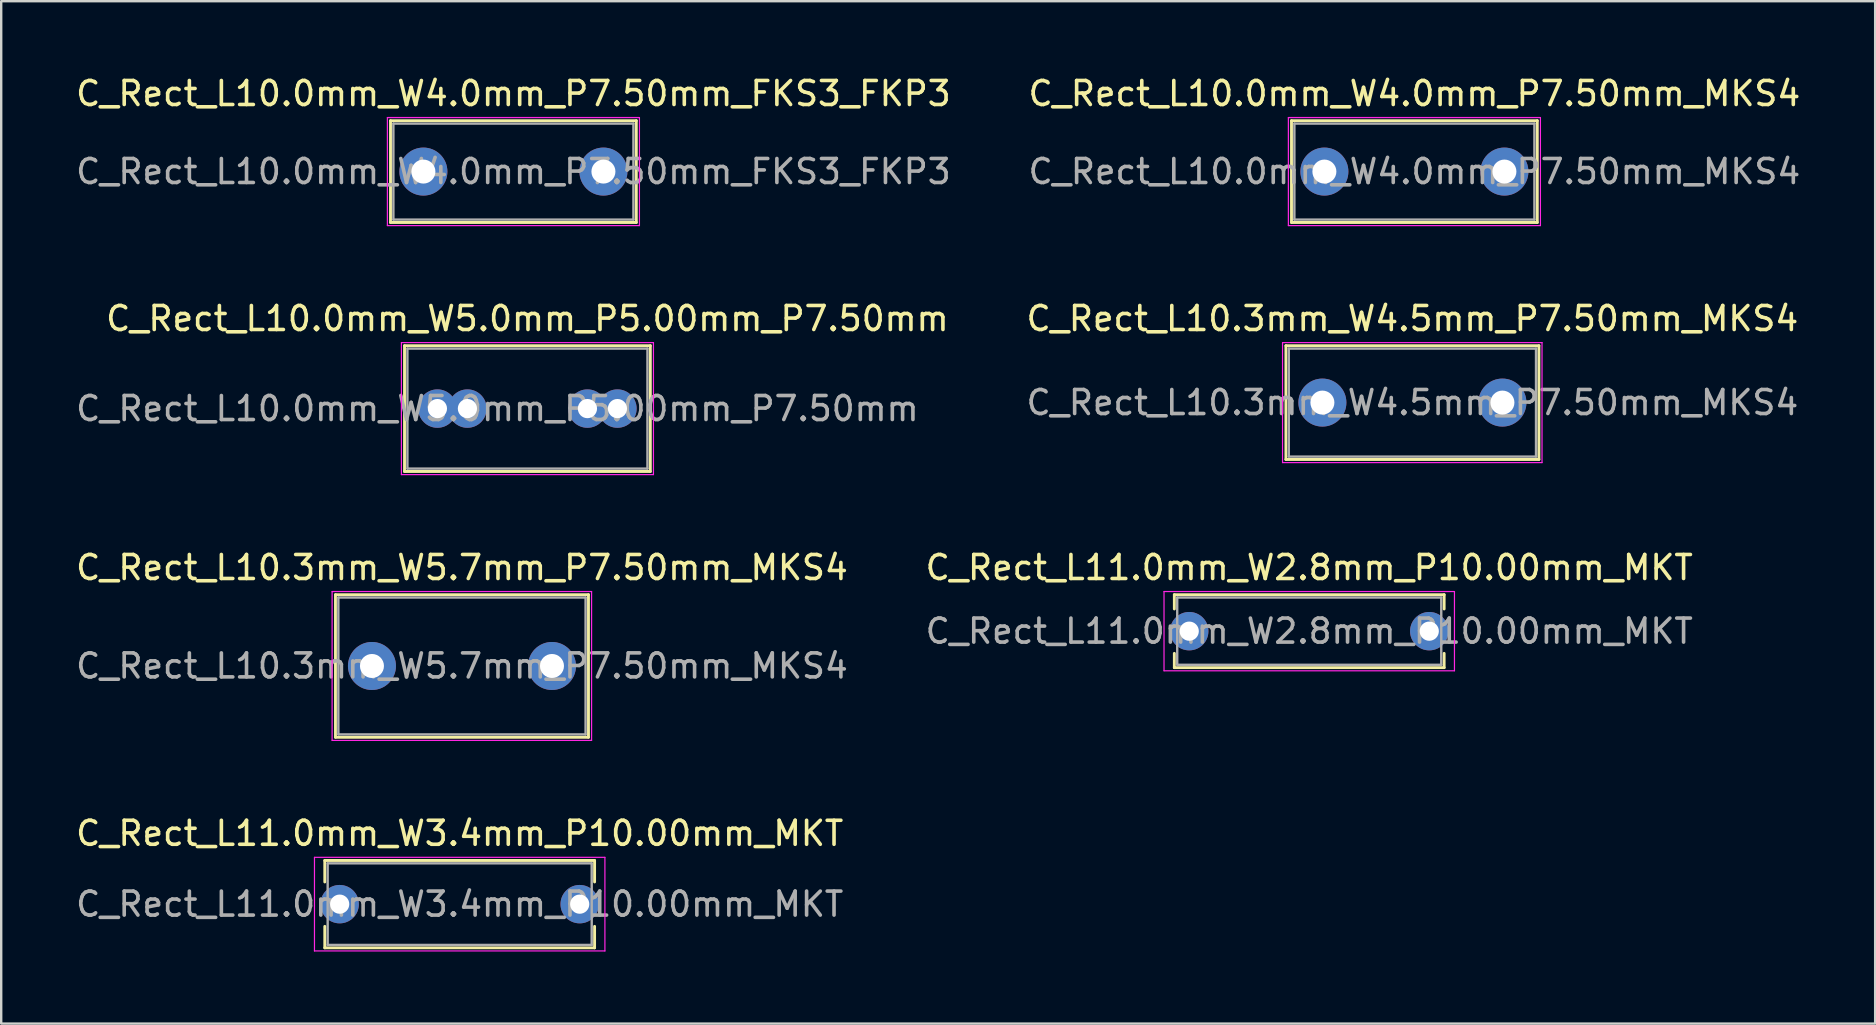
<source format=kicad_pcb>
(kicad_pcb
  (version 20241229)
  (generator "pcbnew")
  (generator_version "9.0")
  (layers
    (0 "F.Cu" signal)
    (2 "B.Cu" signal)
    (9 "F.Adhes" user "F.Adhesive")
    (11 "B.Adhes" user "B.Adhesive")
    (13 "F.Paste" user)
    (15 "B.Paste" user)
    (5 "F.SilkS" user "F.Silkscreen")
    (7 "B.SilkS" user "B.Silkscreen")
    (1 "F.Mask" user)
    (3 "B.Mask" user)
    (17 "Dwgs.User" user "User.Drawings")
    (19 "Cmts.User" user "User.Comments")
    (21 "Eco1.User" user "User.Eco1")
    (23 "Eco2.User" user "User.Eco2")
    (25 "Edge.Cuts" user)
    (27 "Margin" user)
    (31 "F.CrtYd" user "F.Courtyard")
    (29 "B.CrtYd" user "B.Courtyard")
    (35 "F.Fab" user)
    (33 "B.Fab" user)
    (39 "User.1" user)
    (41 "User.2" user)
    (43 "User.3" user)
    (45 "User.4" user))
  (footprint "C_Rect_L10.0mm_W4.0mm_P7.50mm_MKS4"
    (layer "F.Cu")
    (at 52.125 4.098)
    (property "Reference" "C_Rect_L10.0mm_W4.0mm_P7.50mm_MKS4" (at 3.75 -3.25 0) (layer "F.SilkS") (effects (font (size 1 1) (thickness 0.15))))
    (attr through_hole)
    (fp_line (start -1.37 -2.12) (end -1.37 2.12) (stroke (width 0.12) (type solid)) (layer "F.SilkS"))
    (fp_line (start -1.37 -2.12) (end 8.87 -2.12) (stroke (width 0.12) (type solid)) (layer "F.SilkS"))
    (fp_line (start -1.37 2.12) (end 8.87 2.12) (stroke (width 0.12) (type solid)) (layer "F.SilkS"))
    (fp_line (start 8.87 -2.12) (end 8.87 2.12) (stroke (width 0.12) (type solid)) (layer "F.SilkS"))
    (fp_line (start -1.5 -2.25) (end -1.5 2.25) (stroke (width 0.05) (type solid)) (layer "F.CrtYd"))
    (fp_line (start -1.5 2.25) (end 9 2.25) (stroke (width 0.05) (type solid)) (layer "F.CrtYd"))
    (fp_line (start 9 -2.25) (end -1.5 -2.25) (stroke (width 0.05) (type solid)) (layer "F.CrtYd"))
    (fp_line (start 9 2.25) (end 9 -2.25) (stroke (width 0.05) (type solid)) (layer "F.CrtYd"))
    (fp_line (start -1.25 -2) (end -1.25 2) (stroke (width 0.1) (type solid)) (layer "F.Fab"))
    (fp_line (start -1.25 2) (end 8.75 2) (stroke (width 0.1) (type solid)) (layer "F.Fab"))
    (fp_line (start 8.75 -2) (end -1.25 -2) (stroke (width 0.1) (type solid)) (layer "F.Fab"))
    (fp_line (start 8.75 2) (end 8.75 -2) (stroke (width 0.1) (type solid)) (layer "F.Fab"))
    (fp_text user "${REFERENCE}" (at 3.75 0 0) (layer "F.Fab") (effects (font (size 1 1) (thickness 0.15))))
    (pad "1" thru_hole circle (at 0 0) (size 2 2) (drill 1) (layers "*.Cu" "*.Mask"))
    (pad "2" thru_hole circle (at 7.5 0) (size 2 2) (drill 1) (layers "*.Cu" "*.Mask")))
  (footprint "C_Rect_L10.3mm_W4.5mm_P7.50mm_MKS4"
    (layer "F.Cu")
    (at 52.042 13.722)
    (property "Reference" "C_Rect_L10.3mm_W4.5mm_P7.50mm_MKS4" (at 3.75 -3.5 0) (layer "F.SilkS") (effects (font (size 1 1) (thickness 0.15))))
    (attr through_hole)
    (fp_line (start -1.52 -2.37) (end -1.52 2.37) (stroke (width 0.12) (type solid)) (layer "F.SilkS"))
    (fp_line (start -1.52 -2.37) (end 9.02 -2.37) (stroke (width 0.12) (type solid)) (layer "F.SilkS"))
    (fp_line (start -1.52 2.37) (end 9.02 2.37) (stroke (width 0.12) (type solid)) (layer "F.SilkS"))
    (fp_line (start 9.02 -2.37) (end 9.02 2.37) (stroke (width 0.12) (type solid)) (layer "F.SilkS"))
    (fp_line (start -1.66 -2.5) (end -1.66 2.5) (stroke (width 0.05) (type solid)) (layer "F.CrtYd"))
    (fp_line (start -1.66 2.5) (end 9.15 2.5) (stroke (width 0.05) (type solid)) (layer "F.CrtYd"))
    (fp_line (start 9.15 -2.5) (end -1.66 -2.5) (stroke (width 0.05) (type solid)) (layer "F.CrtYd"))
    (fp_line (start 9.15 2.5) (end 9.15 -2.5) (stroke (width 0.05) (type solid)) (layer "F.CrtYd"))
    (fp_line (start -1.4 -2.25) (end -1.4 2.25) (stroke (width 0.1) (type solid)) (layer "F.Fab"))
    (fp_line (start -1.4 2.25) (end 8.9 2.25) (stroke (width 0.1) (type solid)) (layer "F.Fab"))
    (fp_line (start 8.9 -2.25) (end -1.4 -2.25) (stroke (width 0.1) (type solid)) (layer "F.Fab"))
    (fp_line (start 8.9 2.25) (end 8.9 -2.25) (stroke (width 0.1) (type solid)) (layer "F.Fab"))
    (fp_text user "${REFERENCE}" (at 3.75 0 0) (layer "F.Fab") (effects (font (size 1 1) (thickness 0.15))))
    (pad "1" thru_hole circle (at 0 0) (size 2 2) (drill 1) (layers "*.Cu" "*.Mask"))
    (pad "2" thru_hole circle (at 7.5 0) (size 2 2) (drill 1) (layers "*.Cu" "*.Mask")))
  (footprint "C_Rect_L11.0mm_W2.8mm_P10.00mm_MKT"
    (layer "F.Cu")
    (at 46.494 23.245)
    (property "Reference" "C_Rect_L11.0mm_W2.8mm_P10.00mm_MKT" (at 5 -2.65 0) (layer "F.SilkS") (effects (font (size 1 1) (thickness 0.15))))
    (attr through_hole)
    (fp_line (start -0.62 -1.52) (end -0.62 -0.925) (stroke (width 0.12) (type solid)) (layer "F.SilkS"))
    (fp_line (start -0.62 -1.52) (end 10.62 -1.52) (stroke (width 0.12) (type solid)) (layer "F.SilkS"))
    (fp_line (start -0.62 0.925) (end -0.62 1.52) (stroke (width 0.12) (type solid)) (layer "F.SilkS"))
    (fp_line (start -0.62 1.52) (end 10.62 1.52) (stroke (width 0.12) (type solid)) (layer "F.SilkS"))
    (fp_line (start 10.62 -1.52) (end 10.62 -0.925) (stroke (width 0.12) (type solid)) (layer "F.SilkS"))
    (fp_line (start 10.62 0.925) (end 10.62 1.52) (stroke (width 0.12) (type solid)) (layer "F.SilkS"))
    (fp_line (start -1.05 -1.65) (end -1.05 1.65) (stroke (width 0.05) (type solid)) (layer "F.CrtYd"))
    (fp_line (start -1.05 1.65) (end 11.05 1.65) (stroke (width 0.05) (type solid)) (layer "F.CrtYd"))
    (fp_line (start 11.05 -1.65) (end -1.05 -1.65) (stroke (width 0.05) (type solid)) (layer "F.CrtYd"))
    (fp_line (start 11.05 1.65) (end 11.05 -1.65) (stroke (width 0.05) (type solid)) (layer "F.CrtYd"))
    (fp_line (start -0.5 -1.4) (end -0.5 1.4) (stroke (width 0.1) (type solid)) (layer "F.Fab"))
    (fp_line (start -0.5 1.4) (end 10.5 1.4) (stroke (width 0.1) (type solid)) (layer "F.Fab"))
    (fp_line (start 10.5 -1.4) (end -0.5 -1.4) (stroke (width 0.1) (type solid)) (layer "F.Fab"))
    (fp_line (start 10.5 1.4) (end 10.5 -1.4) (stroke (width 0.1) (type solid)) (layer "F.Fab"))
    (fp_text user "${REFERENCE}" (at 5 0 0) (layer "F.Fab") (effects (font (size 1 1) (thickness 0.15))))
    (pad "1" thru_hole circle (at 0 0) (size 1.6 1.6) (drill 0.8) (layers "*.Cu" "*.Mask"))
    (pad "2" thru_hole circle (at 10 0) (size 1.6 1.6) (drill 0.8) (layers "*.Cu" "*.Mask")))
  (footprint "C_Rect_L10.3mm_W5.7mm_P7.50mm_MKS4"
    (layer "F.Cu")
    (at 12.446 24.695)
    (property "Reference" "C_Rect_L10.3mm_W5.7mm_P7.50mm_MKS4" (at 3.75 -4.1 0) (layer "F.SilkS") (effects (font (size 1 1) (thickness 0.15))))
    (attr through_hole)
    (fp_line (start -1.52 -2.97) (end -1.52 2.97) (stroke (width 0.12) (type solid)) (layer "F.SilkS"))
    (fp_line (start -1.52 -2.97) (end 9.02 -2.97) (stroke (width 0.12) (type solid)) (layer "F.SilkS"))
    (fp_line (start -1.52 2.97) (end 9.02 2.97) (stroke (width 0.12) (type solid)) (layer "F.SilkS"))
    (fp_line (start 9.02 -2.97) (end 9.02 2.97) (stroke (width 0.12) (type solid)) (layer "F.SilkS"))
    (fp_line (start -1.66 -3.1) (end -1.66 3.1) (stroke (width 0.05) (type solid)) (layer "F.CrtYd"))
    (fp_line (start -1.66 3.1) (end 9.15 3.1) (stroke (width 0.05) (type solid)) (layer "F.CrtYd"))
    (fp_line (start 9.15 -3.1) (end -1.66 -3.1) (stroke (width 0.05) (type solid)) (layer "F.CrtYd"))
    (fp_line (start 9.15 3.1) (end 9.15 -3.1) (stroke (width 0.05) (type solid)) (layer "F.CrtYd"))
    (fp_line (start -1.4 -2.85) (end -1.4 2.85) (stroke (width 0.1) (type solid)) (layer "F.Fab"))
    (fp_line (start -1.4 2.85) (end 8.9 2.85) (stroke (width 0.1) (type solid)) (layer "F.Fab"))
    (fp_line (start 8.9 -2.85) (end -1.4 -2.85) (stroke (width 0.1) (type solid)) (layer "F.Fab"))
    (fp_line (start 8.9 2.85) (end 8.9 -2.85) (stroke (width 0.1) (type solid)) (layer "F.Fab"))
    (fp_text user "${REFERENCE}" (at 3.75 0 0) (layer "F.Fab") (effects (font (size 1 1) (thickness 0.15))))
    (pad "1" thru_hole circle (at 0 0) (size 2 2) (drill 1) (layers "*.Cu" "*.Mask"))
    (pad "2" thru_hole circle (at 7.5 0) (size 2 2) (drill 1) (layers "*.Cu" "*.Mask")))
  (footprint "C_Rect_L11.0mm_W3.4mm_P10.00mm_MKT"
    (layer "F.Cu")
    (at 11.101 34.618)
    (property "Reference" "C_Rect_L11.0mm_W3.4mm_P10.00mm_MKT" (at 5 -2.95 0) (layer "F.SilkS") (effects (font (size 1 1) (thickness 0.15))))
    (attr through_hole)
    (fp_line (start -0.62 -1.82) (end -0.62 -0.925) (stroke (width 0.12) (type solid)) (layer "F.SilkS"))
    (fp_line (start -0.62 -1.82) (end 10.62 -1.82) (stroke (width 0.12) (type solid)) (layer "F.SilkS"))
    (fp_line (start -0.62 0.925) (end -0.62 1.82) (stroke (width 0.12) (type solid)) (layer "F.SilkS"))
    (fp_line (start -0.62 1.82) (end 10.62 1.82) (stroke (width 0.12) (type solid)) (layer "F.SilkS"))
    (fp_line (start 10.62 -1.82) (end 10.62 -0.925) (stroke (width 0.12) (type solid)) (layer "F.SilkS"))
    (fp_line (start 10.62 0.925) (end 10.62 1.82) (stroke (width 0.12) (type solid)) (layer "F.SilkS"))
    (fp_line (start -1.05 -1.95) (end -1.05 1.95) (stroke (width 0.05) (type solid)) (layer "F.CrtYd"))
    (fp_line (start -1.05 1.95) (end 11.05 1.95) (stroke (width 0.05) (type solid)) (layer "F.CrtYd"))
    (fp_line (start 11.05 -1.95) (end -1.05 -1.95) (stroke (width 0.05) (type solid)) (layer "F.CrtYd"))
    (fp_line (start 11.05 1.95) (end 11.05 -1.95) (stroke (width 0.05) (type solid)) (layer "F.CrtYd"))
    (fp_line (start -0.5 -1.7) (end -0.5 1.7) (stroke (width 0.1) (type solid)) (layer "F.Fab"))
    (fp_line (start -0.5 1.7) (end 10.5 1.7) (stroke (width 0.1) (type solid)) (layer "F.Fab"))
    (fp_line (start 10.5 -1.7) (end -0.5 -1.7) (stroke (width 0.1) (type solid)) (layer "F.Fab"))
    (fp_line (start 10.5 1.7) (end 10.5 -1.7) (stroke (width 0.1) (type solid)) (layer "F.Fab"))
    (fp_text user "${REFERENCE}" (at 5 0 0) (layer "F.Fab") (effects (font (size 1 1) (thickness 0.15))))
    (pad "1" thru_hole circle (at 0 0) (size 1.6 1.6) (drill 0.8) (layers "*.Cu" "*.Mask"))
    (pad "2" thru_hole circle (at 10 0) (size 1.6 1.6) (drill 0.8) (layers "*.Cu" "*.Mask")))
  (footprint "C_Rect_L10.0mm_W4.0mm_P7.50mm_FKS3_FKP3"
    (layer "F.Cu")
    (at 14.589 4.098)
    (property "Reference" "C_Rect_L10.0mm_W4.0mm_P7.50mm_FKS3_FKP3" (at 3.75 -3.25 0) (layer "F.SilkS") (effects (font (size 1 1) (thickness 0.15))))
    (attr through_hole)
    (fp_line (start -1.37 -2.12) (end -1.37 2.12) (stroke (width 0.12) (type solid)) (layer "F.SilkS"))
    (fp_line (start -1.37 -2.12) (end 8.87 -2.12) (stroke (width 0.12) (type solid)) (layer "F.SilkS"))
    (fp_line (start -1.37 2.12) (end 8.87 2.12) (stroke (width 0.12) (type solid)) (layer "F.SilkS"))
    (fp_line (start 8.87 -2.12) (end 8.87 2.12) (stroke (width 0.12) (type solid)) (layer "F.SilkS"))
    (fp_line (start -1.5 -2.25) (end -1.5 2.25) (stroke (width 0.05) (type solid)) (layer "F.CrtYd"))
    (fp_line (start -1.5 2.25) (end 9 2.25) (stroke (width 0.05) (type solid)) (layer "F.CrtYd"))
    (fp_line (start 9 -2.25) (end -1.5 -2.25) (stroke (width 0.05) (type solid)) (layer "F.CrtYd"))
    (fp_line (start 9 2.25) (end 9 -2.25) (stroke (width 0.05) (type solid)) (layer "F.CrtYd"))
    (fp_line (start -1.25 -2) (end -1.25 2) (stroke (width 0.1) (type solid)) (layer "F.Fab"))
    (fp_line (start -1.25 2) (end 8.75 2) (stroke (width 0.1) (type solid)) (layer "F.Fab"))
    (fp_line (start 8.75 -2) (end -1.25 -2) (stroke (width 0.1) (type solid)) (layer "F.Fab"))
    (fp_line (start 8.75 2) (end 8.75 -2) (stroke (width 0.1) (type solid)) (layer "F.Fab"))
    (fp_text user "${REFERENCE}" (at 3.75 0 0) (layer "F.Fab") (effects (font (size 1 1) (thickness 0.15))))
    (pad "1" thru_hole circle (at 0 0) (size 2 2) (drill 1) (layers "*.Cu" "*.Mask"))
    (pad "2" thru_hole circle (at 7.5 0) (size 2 2) (drill 1) (layers "*.Cu" "*.Mask")))
  (footprint "C_Rect_L10.0mm_W5.0mm_P5.00mm_P7.50mm"
    (layer "F.Cu")
    (at 15.173 13.972)
    (property "Reference" "C_Rect_L10.0mm_W5.0mm_P5.00mm_P7.50mm" (at 3.75 -3.75 0) (layer "F.SilkS") (effects (font (size 1 1) (thickness 0.15))))
    (attr through_hole)
    (fp_line (start -1.37 -2.62) (end -1.37 2.62) (stroke (width 0.12) (type solid)) (layer "F.SilkS"))
    (fp_line (start -1.37 -2.62) (end 8.87 -2.62) (stroke (width 0.12) (type solid)) (layer "F.SilkS"))
    (fp_line (start -1.37 2.62) (end 8.87 2.62) (stroke (width 0.12) (type solid)) (layer "F.SilkS"))
    (fp_line (start 8.87 -2.62) (end 8.87 2.62) (stroke (width 0.12) (type solid)) (layer "F.SilkS"))
    (fp_line (start -1.5 -2.75) (end -1.5 2.75) (stroke (width 0.05) (type solid)) (layer "F.CrtYd"))
    (fp_line (start -1.5 2.75) (end 9 2.75) (stroke (width 0.05) (type solid)) (layer "F.CrtYd"))
    (fp_line (start 9 -2.75) (end -1.5 -2.75) (stroke (width 0.05) (type solid)) (layer "F.CrtYd"))
    (fp_line (start 9 2.75) (end 9 -2.75) (stroke (width 0.05) (type solid)) (layer "F.CrtYd"))
    (fp_line (start -1.25 -2.5) (end -1.25 2.5) (stroke (width 0.1) (type solid)) (layer "F.Fab"))
    (fp_line (start -1.25 2.5) (end 8.75 2.5) (stroke (width 0.1) (type solid)) (layer "F.Fab"))
    (fp_line (start 8.75 -2.5) (end -1.25 -2.5) (stroke (width 0.1) (type solid)) (layer "F.Fab"))
    (fp_line (start 8.75 2.5) (end 8.75 -2.5) (stroke (width 0.1) (type solid)) (layer "F.Fab"))
    (fp_text user "${REFERENCE}" (at 2.5 0 0) (layer "F.Fab") (effects (font (size 1 1) (thickness 0.15))))
    (pad "1" thru_hole circle (at 0 0) (size 1.6 1.6) (drill 0.8) (layers "*.Cu" "*.Mask"))
    (pad "1" thru_hole circle (at 1.25 0) (size 1.6 1.6) (drill 0.8) (layers "*.Cu" "*.Mask"))
    (pad "2" thru_hole circle (at 6.25 0) (size 1.6 1.6) (drill 0.8) (layers "*.Cu" "*.Mask"))
    (pad "2" thru_hole circle (at 7.5 0) (size 1.6 1.6) (drill 0.8) (layers "*.Cu" "*.Mask")))
  (gr_rect
    (start -3 -3)
    (end 75.071 39.593)
    (stroke (width 0.1) (type default))
    (fill no)
    (layer "Edge.Cuts")))
</source>
